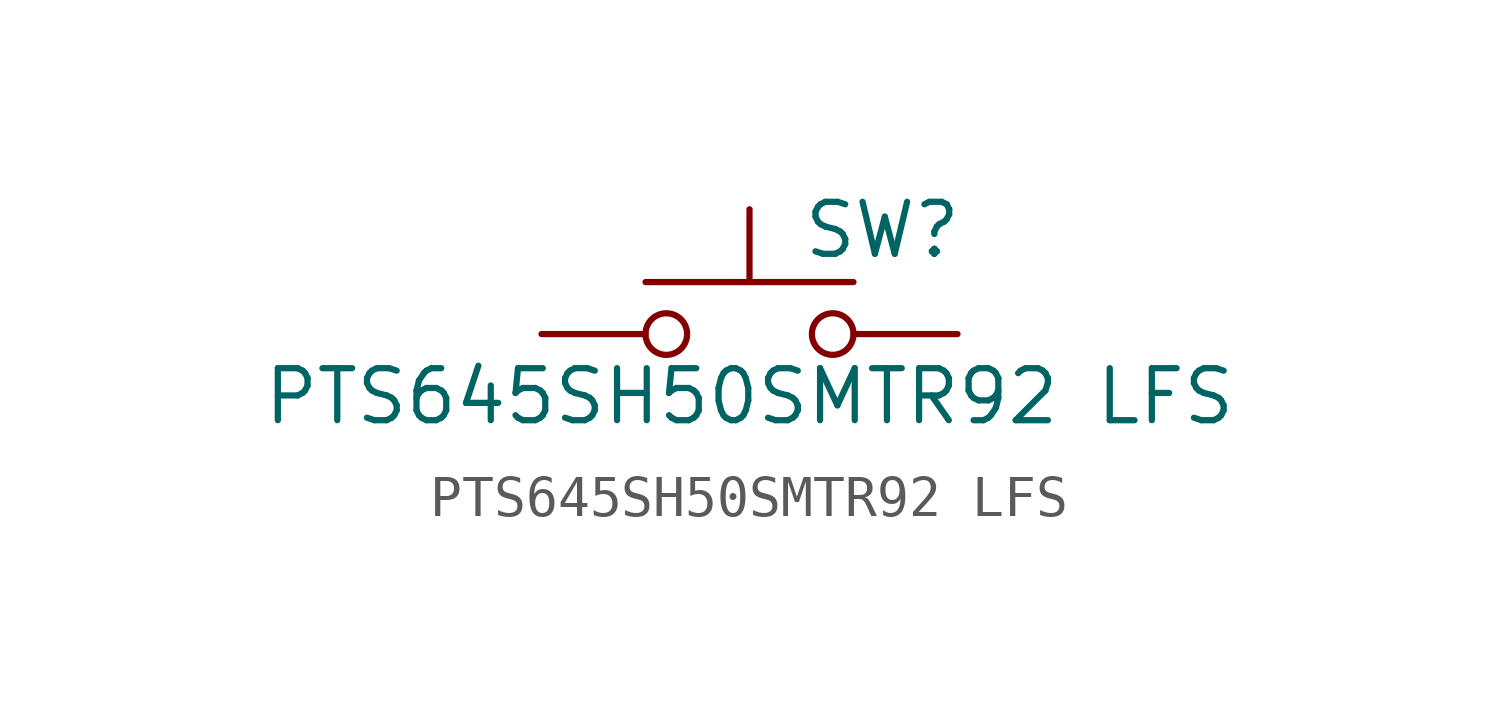
<source format=kicad_sym>
(kicad_symbol_lib
  (version 20210619)
  (generator kicad_symbol_editor)
  (symbol "Switch_custom:PTS645SH50SMTR92 LFS"
    (pin_numbers hide)
    (pin_names
      (offset 1.016) hide)
    (property "Reference" "SW"
      (at 1.27 2.54 0)
      (effects (font (size 1.27 1.27)) (justify left)))
    (property "Value" "PTS645SH50SMTR92 LFS"
      (at 0 -1.524 0)
      (effects (font (size 1.27 1.27))))
    (symbol "PTS645SH50SMTR92 LFS_0_1"
      (circle (center -2.032 0) (radius 0.508) (stroke (width 0)) (fill (type none)))
      (circle (center 2.032 0) (radius 0.508) (stroke (width 0)) (fill (type none)))
      (polyline (pts (xy 0 1.27) (xy 0 3.048)) (stroke (width 0)) (fill (type none)))
      (polyline (pts (xy 2.54 1.27) (xy -2.54 1.27)) (stroke (width 0)) (fill (type none)))
      (pin passive line (at -5.08 0 0) (length 2.54) (name "1" (effects (font (size 1.27 1.27)))) (number "1" (effects (font (size 1.27 1.27)))))
      (pin passive line (at 5.08 0 180) (length 2.54) (name "2" (effects (font (size 1.27 1.27)))) (number "2" (effects (font (size 1.27 1.27))))))))
</source>
